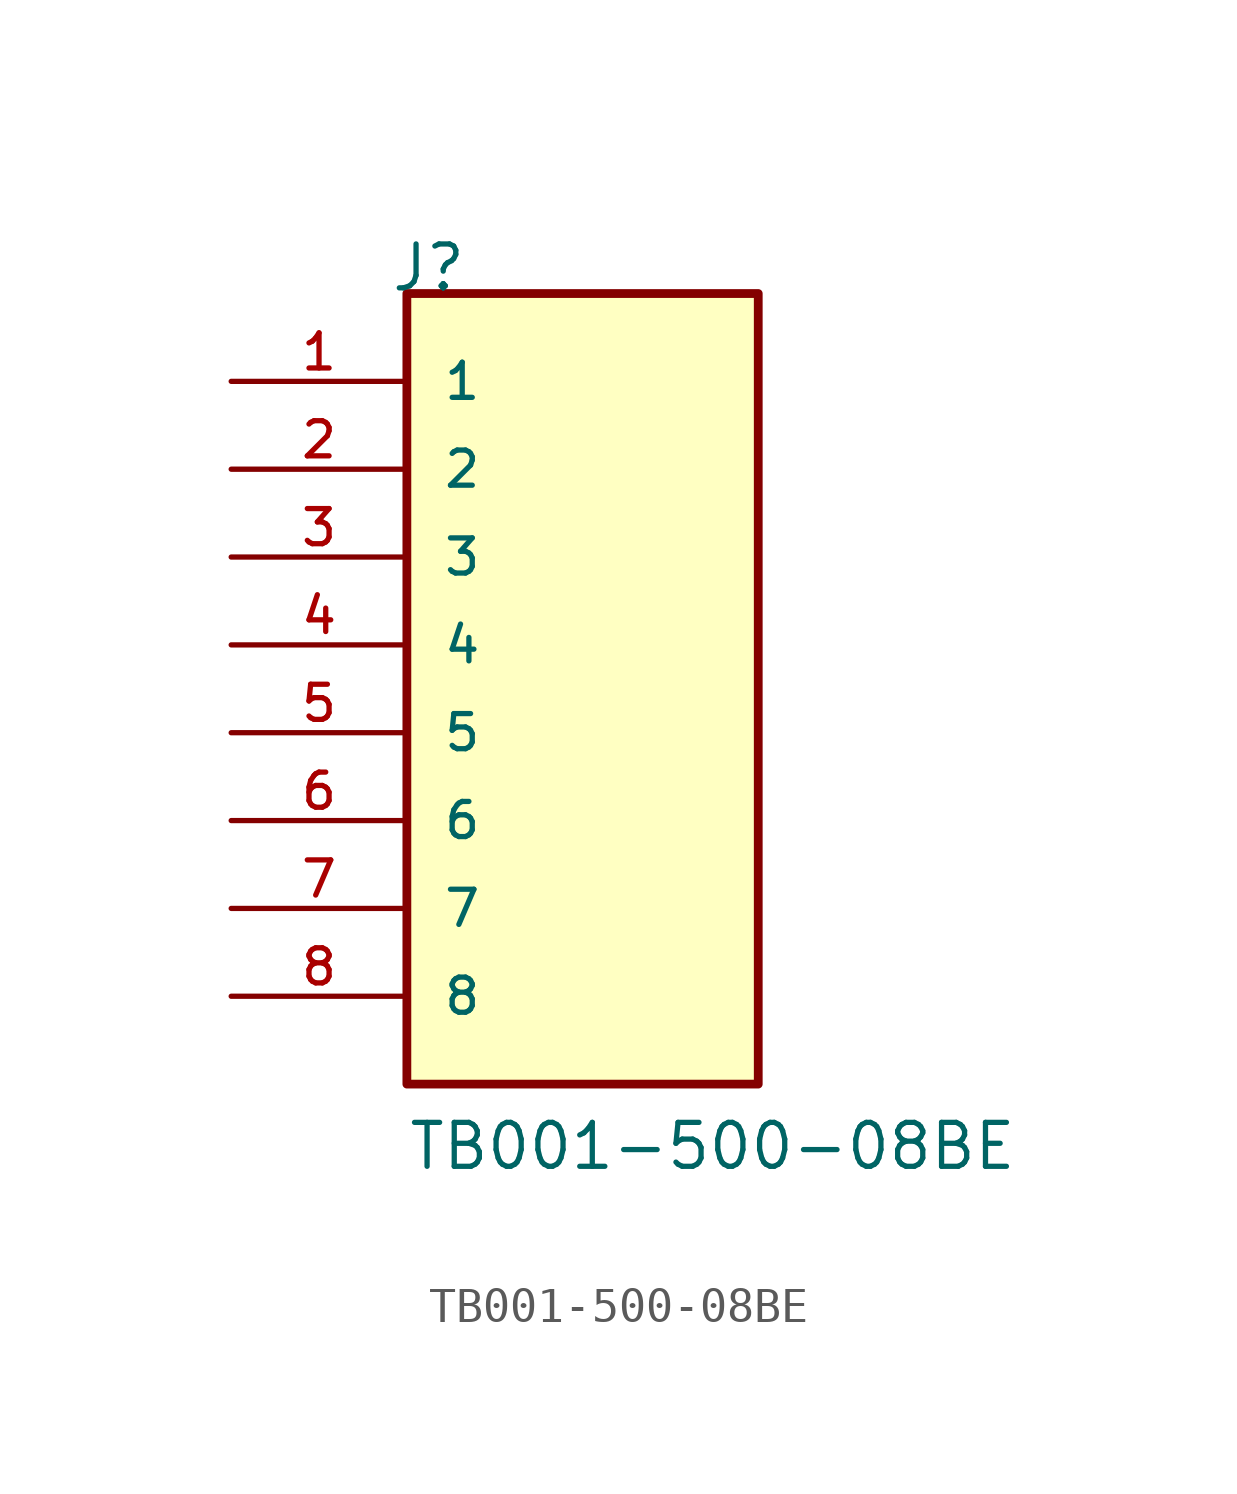
<source format=kicad_sym>
(kicad_symbol_lib
  (version 20211014)
  (generator kicad_symbol_editor)
  (symbol "TB001-500-08BE"
    (pin_names
      (offset 1.016))
    (property "Reference" "J"
      (at -5.58 12.7 0)
      (effects (font (size 1.27 1.27)) (justify bottom left)))
    (property "Value" "TB001-500-08BE"
      (at -5.08 -12.7 0)
      (effects (font (size 1.27 1.27)) (justify bottom left)))
    (symbol "TB001-500-08BE_0_0"
      (rectangle (start -5.08 -10.16) (end 5.08 12.7) (stroke (width 0.254)) (fill (type background)))
      (pin passive line (at -10.16 10.16 0) (length 5.08) (name "1" (effects (font (size 1.016 1.016)))) (number "1" (effects (font (size 1.016 1.016)))))
      (pin passive line (at -10.16 7.62 0) (length 5.08) (name "2" (effects (font (size 1.016 1.016)))) (number "2" (effects (font (size 1.016 1.016)))))
      (pin passive line (at -10.16 5.08 0) (length 5.08) (name "3" (effects (font (size 1.016 1.016)))) (number "3" (effects (font (size 1.016 1.016)))))
      (pin passive line (at -10.16 2.54 0) (length 5.08) (name "4" (effects (font (size 1.016 1.016)))) (number "4" (effects (font (size 1.016 1.016)))))
      (pin passive line (at -10.16 0.0 0) (length 5.08) (name "5" (effects (font (size 1.016 1.016)))) (number "5" (effects (font (size 1.016 1.016)))))
      (pin passive line (at -10.16 -2.54 0) (length 5.08) (name "6" (effects (font (size 1.016 1.016)))) (number "6" (effects (font (size 1.016 1.016)))))
      (pin passive line (at -10.16 -5.08 0) (length 5.08) (name "7" (effects (font (size 1.016 1.016)))) (number "7" (effects (font (size 1.016 1.016)))))
      (pin passive line (at -10.16 -7.62 0) (length 5.08) (name "8" (effects (font (size 1.016 1.016)))) (number "8" (effects (font (size 1.016 1.016))))))))
</source>
